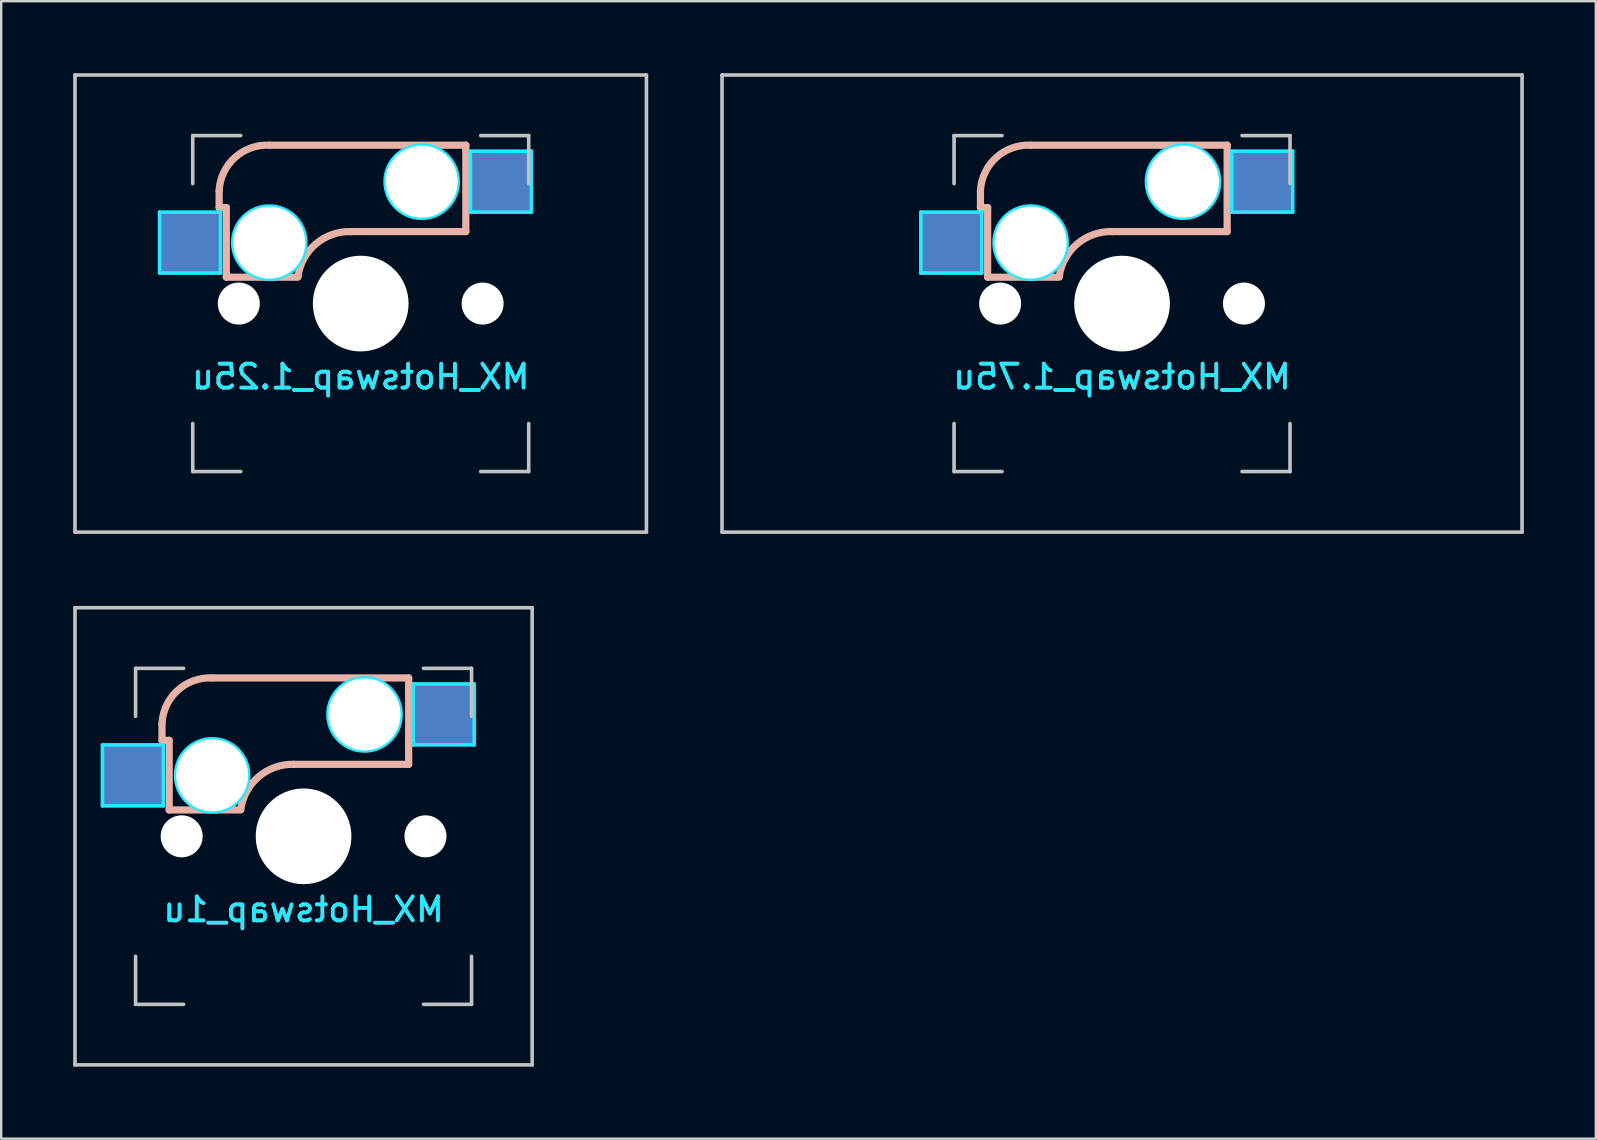
<source format=kicad_pcb>
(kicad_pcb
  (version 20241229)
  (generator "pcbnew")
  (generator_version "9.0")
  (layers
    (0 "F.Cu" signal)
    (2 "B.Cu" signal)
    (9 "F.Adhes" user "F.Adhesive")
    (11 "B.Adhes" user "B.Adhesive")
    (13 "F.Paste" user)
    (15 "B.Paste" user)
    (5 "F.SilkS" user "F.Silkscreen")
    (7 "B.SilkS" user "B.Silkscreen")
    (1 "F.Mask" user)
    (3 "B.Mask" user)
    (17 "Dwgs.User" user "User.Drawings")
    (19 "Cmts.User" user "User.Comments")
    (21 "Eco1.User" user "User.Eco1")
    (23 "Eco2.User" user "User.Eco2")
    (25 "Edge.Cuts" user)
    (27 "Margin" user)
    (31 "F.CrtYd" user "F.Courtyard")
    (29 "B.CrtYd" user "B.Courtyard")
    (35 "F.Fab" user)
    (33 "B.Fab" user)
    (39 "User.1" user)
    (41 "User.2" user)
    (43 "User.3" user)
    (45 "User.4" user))
  (footprint "MX_Hotswap_1.75u"
    (layer "F.Cu")
    (at 43.706 9.6)
    (property "Reference" "MX_Hotswap_1.75u" (at 0 3.048 0) (layer "B.CrtYd") (effects (font (size 1 1) (thickness 0.15)) (justify mirror)))
    (attr smd)
    (fp_line (start -5.9 -4.7) (end -5.9 -4) (stroke (width 0.3) (type solid)) (layer "B.SilkS"))
    (fp_line (start -5.9 -4) (end -5.6 -4) (stroke (width 0.3) (type solid)) (layer "B.SilkS"))
    (fp_line (start -5.6 -4) (end -5.6 -1.1) (stroke (width 0.3) (type solid)) (layer "B.SilkS"))
    (fp_line (start -5.6 -1.1) (end -2.62 -1.1) (stroke (width 0.3) (type solid)) (layer "B.SilkS"))
    (fp_line (start -0.4 -3) (end 4.38 -3) (stroke (width 0.3) (type solid)) (layer "B.SilkS"))
    (fp_line (start 4.38 -6.6) (end -3.8 -6.6) (stroke (width 0.3) (type solid)) (layer "B.SilkS"))
    (fp_line (start 4.38 -3) (end 4.38 -6.6) (stroke (width 0.3) (type solid)) (layer "B.SilkS"))
    (fp_arc (start -5.9 -4.699999) (mid -5.243504 -6.084924) (end -3.800001 -6.6) (stroke (width 0.3) (type solid)) (layer "B.SilkS"))
    (fp_arc (start -2.616318 -1.121471) (mid -1.868709 -2.486118) (end -0.4 -3) (stroke (width 0.3) (type solid)) (layer "B.SilkS"))
    (fp_line (start -16.669 -9.525) (end 16.669 -9.525) (stroke (width 0.15) (type solid)) (layer "Dwgs.User"))
    (fp_line (start -16.669 9.525) (end -16.669 -9.525) (stroke (width 0.15) (type solid)) (layer "Dwgs.User"))
    (fp_line (start -7 -7) (end -7 -5) (stroke (width 0.15) (type solid)) (layer "Dwgs.User"))
    (fp_line (start -7 5) (end -7 7) (stroke (width 0.15) (type solid)) (layer "Dwgs.User"))
    (fp_line (start -7 7) (end -5 7) (stroke (width 0.15) (type solid)) (layer "Dwgs.User"))
    (fp_line (start -5 -7) (end -7 -7) (stroke (width 0.15) (type solid)) (layer "Dwgs.User"))
    (fp_line (start 5 -7) (end 7 -7) (stroke (width 0.15) (type solid)) (layer "Dwgs.User"))
    (fp_line (start 5 7) (end 7 7) (stroke (width 0.15) (type solid)) (layer "Dwgs.User"))
    (fp_line (start 7 -7) (end 7 -5) (stroke (width 0.15) (type solid)) (layer "Dwgs.User"))
    (fp_line (start 7 7) (end 7 5) (stroke (width 0.15) (type solid)) (layer "Dwgs.User"))
    (fp_line (start 16.669 -9.525) (end 16.669 9.525) (stroke (width 0.15) (type solid)) (layer "Dwgs.User"))
    (fp_line (start 16.669 9.525) (end -16.669 9.525) (stroke (width 0.15) (type solid)) (layer "Dwgs.User"))
    (fp_line (start -8.382 -3.81) (end -5.842 -3.81) (stroke (width 0.15) (type solid)) (layer "B.CrtYd"))
    (fp_line (start -8.382 -1.27) (end -8.382 -3.81) (stroke (width 0.15) (type solid)) (layer "B.CrtYd"))
    (fp_line (start -5.842 -3.81) (end -5.842 -1.27) (stroke (width 0.15) (type solid)) (layer "B.CrtYd"))
    (fp_line (start -5.842 -1.27) (end -8.382 -1.27) (stroke (width 0.15) (type solid)) (layer "B.CrtYd"))
    (fp_line (start 4.572 -6.35) (end 7.112 -6.35) (stroke (width 0.15) (type solid)) (layer "B.CrtYd"))
    (fp_line (start 4.572 -3.81) (end 4.572 -6.35) (stroke (width 0.15) (type solid)) (layer "B.CrtYd"))
    (fp_line (start 7.112 -6.35) (end 7.112 -3.81) (stroke (width 0.15) (type solid)) (layer "B.CrtYd"))
    (fp_line (start 7.112 -3.81) (end 4.572 -3.81) (stroke (width 0.15) (type solid)) (layer "B.CrtYd"))
    (fp_circle (center -3.81 -2.54) (end -3.81 -4.064) (stroke (width 0.15) (type solid)) (fill no) (layer "B.CrtYd"))
    (fp_circle (center 2.54 -5.08) (end 2.54 -6.604) (stroke (width 0.15) (type solid)) (fill no) (layer "B.CrtYd"))
    (fp_text user "${REFERENCE}" (at 0 3.048 0) (layer "B.SilkS") (effects (font (size 1 1) (thickness 0.15)) (justify mirror)))
    (pad "" np_thru_hole circle (at -5.08 0 48.1) (size 1.75 1.75) (drill 1.75) (layers "*.Cu" "*.Mask"))
    (pad "" np_thru_hole circle (at -3.81 -2.54) (size 3 3) (drill 3) (layers "*.Cu" "*.Mask"))
    (pad "" np_thru_hole circle (at 0 0) (size 3.988 3.988) (drill 3.988) (layers "*.Cu" "*.Mask"))
    (pad "" np_thru_hole circle (at 2.54 -5.08) (size 3 3) (drill 3) (layers "*.Cu" "*.Mask"))
    (pad "" np_thru_hole circle (at 5.08 0 48.1) (size 1.75 1.75) (drill 1.75) (layers "*.Cu" "*.Mask"))
    (pad "1" smd rect (at -7.085 -2.54) (size 2.55 2.5) (layers "B.Cu" "B.Mask" "B.Paste"))
    (pad "2" smd rect (at 5.842 -5.08) (size 2.55 2.5) (layers "B.Cu" "B.Mask" "B.Paste")))
  (footprint "MX_Hotswap_1u"
    (layer "F.Cu")
    (at 9.6 31.8)
    (property "Reference" "MX_Hotswap_1u" (at 0 3.048 0) (layer "B.CrtYd") (effects (font (size 1 1) (thickness 0.15)) (justify mirror)))
    (attr smd)
    (fp_line (start -5.9 -4.7) (end -5.9 -4) (stroke (width 0.3) (type solid)) (layer "B.SilkS"))
    (fp_line (start -5.9 -4) (end -5.6 -4) (stroke (width 0.3) (type solid)) (layer "B.SilkS"))
    (fp_line (start -5.6 -4) (end -5.6 -1.1) (stroke (width 0.3) (type solid)) (layer "B.SilkS"))
    (fp_line (start -5.6 -1.1) (end -2.62 -1.1) (stroke (width 0.3) (type solid)) (layer "B.SilkS"))
    (fp_line (start -0.4 -3) (end 4.38 -3) (stroke (width 0.3) (type solid)) (layer "B.SilkS"))
    (fp_line (start 4.38 -6.6) (end -3.8 -6.6) (stroke (width 0.3) (type solid)) (layer "B.SilkS"))
    (fp_line (start 4.38 -3) (end 4.38 -6.6) (stroke (width 0.3) (type solid)) (layer "B.SilkS"))
    (fp_arc (start -5.9 -4.699999) (mid -5.243504 -6.084924) (end -3.800001 -6.6) (stroke (width 0.3) (type solid)) (layer "B.SilkS"))
    (fp_arc (start -2.616318 -1.121471) (mid -1.868709 -2.486118) (end -0.4 -3) (stroke (width 0.3) (type solid)) (layer "B.SilkS"))
    (fp_line (start -9.525 -9.525) (end 9.525 -9.525) (stroke (width 0.15) (type solid)) (layer "Dwgs.User"))
    (fp_line (start -9.525 9.525) (end -9.525 -9.525) (stroke (width 0.15) (type solid)) (layer "Dwgs.User"))
    (fp_line (start -7 -7) (end -7 -5) (stroke (width 0.15) (type solid)) (layer "Dwgs.User"))
    (fp_line (start -7 5) (end -7 7) (stroke (width 0.15) (type solid)) (layer "Dwgs.User"))
    (fp_line (start -7 7) (end -5 7) (stroke (width 0.15) (type solid)) (layer "Dwgs.User"))
    (fp_line (start -5 -7) (end -7 -7) (stroke (width 0.15) (type solid)) (layer "Dwgs.User"))
    (fp_line (start 5 -7) (end 7 -7) (stroke (width 0.15) (type solid)) (layer "Dwgs.User"))
    (fp_line (start 5 7) (end 7 7) (stroke (width 0.15) (type solid)) (layer "Dwgs.User"))
    (fp_line (start 7 -7) (end 7 -5) (stroke (width 0.15) (type solid)) (layer "Dwgs.User"))
    (fp_line (start 7 7) (end 7 5) (stroke (width 0.15) (type solid)) (layer "Dwgs.User"))
    (fp_line (start 9.525 -9.525) (end 9.525 9.525) (stroke (width 0.15) (type solid)) (layer "Dwgs.User"))
    (fp_line (start 9.525 9.525) (end -9.525 9.525) (stroke (width 0.15) (type solid)) (layer "Dwgs.User"))
    (fp_line (start -8.382 -3.81) (end -8.382 -1.27) (stroke (width 0.15) (type solid)) (layer "B.CrtYd"))
    (fp_line (start -8.382 -1.27) (end -5.842 -1.27) (stroke (width 0.15) (type solid)) (layer "B.CrtYd"))
    (fp_line (start -5.842 -3.81) (end -8.382 -3.81) (stroke (width 0.15) (type solid)) (layer "B.CrtYd"))
    (fp_line (start -5.842 -1.27) (end -5.842 -3.81) (stroke (width 0.15) (type solid)) (layer "B.CrtYd"))
    (fp_line (start 4.572 -6.35) (end 7.112 -6.35) (stroke (width 0.15) (type solid)) (layer "B.CrtYd"))
    (fp_line (start 4.572 -3.81) (end 4.572 -6.35) (stroke (width 0.15) (type solid)) (layer "B.CrtYd"))
    (fp_line (start 7.112 -6.35) (end 7.112 -3.81) (stroke (width 0.15) (type solid)) (layer "B.CrtYd"))
    (fp_line (start 7.112 -3.81) (end 4.572 -3.81) (stroke (width 0.15) (type solid)) (layer "B.CrtYd"))
    (fp_circle (center -3.81 -2.54) (end -3.81 -4.064) (stroke (width 0.15) (type solid)) (fill no) (layer "B.CrtYd"))
    (fp_circle (center 2.54 -5.08) (end 2.54 -6.604) (stroke (width 0.15) (type solid)) (fill no) (layer "B.CrtYd"))
    (fp_text user "${REFERENCE}" (at 0 3.048 0) (layer "B.SilkS") (effects (font (size 1 1) (thickness 0.15)) (justify mirror)))
    (pad "" np_thru_hole circle (at -5.08 0 48.1) (size 1.75 1.75) (drill 1.75) (layers "*.Cu" "*.Mask"))
    (pad "" np_thru_hole circle (at -3.81 -2.54) (size 3 3) (drill 3) (layers "*.Cu" "*.Mask"))
    (pad "" np_thru_hole circle (at 0 0) (size 3.988 3.988) (drill 3.988) (layers "*.Cu" "*.Mask"))
    (pad "" np_thru_hole circle (at 2.54 -5.08) (size 3 3) (drill 3) (layers "*.Cu" "*.Mask"))
    (pad "" np_thru_hole circle (at 5.08 0 48.1) (size 1.75 1.75) (drill 1.75) (layers "*.Cu" "*.Mask"))
    (pad "1" smd rect (at -7.085 -2.54) (size 2.55 2.5) (layers "B.Cu" "B.Mask" "B.Paste"))
    (pad "2" smd rect (at 5.842 -5.08) (size 2.55 2.5) (layers "B.Cu" "B.Mask" "B.Paste")))
  (footprint "MX_Hotswap_1.25u"
    (layer "F.Cu")
    (at 11.981 9.6)
    (property "Reference" "MX_Hotswap_1.25u" (at 0 3.048 0) (layer "B.CrtYd") (effects (font (size 1 1) (thickness 0.15)) (justify mirror)))
    (attr smd)
    (fp_line (start -5.9 -4.7) (end -5.9 -4) (stroke (width 0.3) (type solid)) (layer "B.SilkS"))
    (fp_line (start -5.9 -4) (end -5.6 -4) (stroke (width 0.3) (type solid)) (layer "B.SilkS"))
    (fp_line (start -5.6 -4) (end -5.6 -1.1) (stroke (width 0.3) (type solid)) (layer "B.SilkS"))
    (fp_line (start -5.6 -1.1) (end -2.62 -1.1) (stroke (width 0.3) (type solid)) (layer "B.SilkS"))
    (fp_line (start -0.4 -3) (end 4.38 -3) (stroke (width 0.3) (type solid)) (layer "B.SilkS"))
    (fp_line (start 4.38 -6.6) (end -3.8 -6.6) (stroke (width 0.3) (type solid)) (layer "B.SilkS"))
    (fp_line (start 4.38 -3) (end 4.38 -6.6) (stroke (width 0.3) (type solid)) (layer "B.SilkS"))
    (fp_arc (start -5.9 -4.699999) (mid -5.243504 -6.084924) (end -3.800001 -6.6) (stroke (width 0.3) (type solid)) (layer "B.SilkS"))
    (fp_arc (start -2.616318 -1.121471) (mid -1.868709 -2.486118) (end -0.4 -3) (stroke (width 0.3) (type solid)) (layer "B.SilkS"))
    (fp_line (start -11.906 -9.525) (end 11.906 -9.525) (stroke (width 0.15) (type solid)) (layer "Dwgs.User"))
    (fp_line (start -11.906 9.525) (end -11.906 -9.525) (stroke (width 0.15) (type solid)) (layer "Dwgs.User"))
    (fp_line (start -7 -7) (end -7 -5) (stroke (width 0.15) (type solid)) (layer "Dwgs.User"))
    (fp_line (start -7 5) (end -7 7) (stroke (width 0.15) (type solid)) (layer "Dwgs.User"))
    (fp_line (start -7 7) (end -5 7) (stroke (width 0.15) (type solid)) (layer "Dwgs.User"))
    (fp_line (start -5 -7) (end -7 -7) (stroke (width 0.15) (type solid)) (layer "Dwgs.User"))
    (fp_line (start 5 -7) (end 7 -7) (stroke (width 0.15) (type solid)) (layer "Dwgs.User"))
    (fp_line (start 5 7) (end 7 7) (stroke (width 0.15) (type solid)) (layer "Dwgs.User"))
    (fp_line (start 7 -7) (end 7 -5) (stroke (width 0.15) (type solid)) (layer "Dwgs.User"))
    (fp_line (start 7 7) (end 7 5) (stroke (width 0.15) (type solid)) (layer "Dwgs.User"))
    (fp_line (start 11.906 -9.525) (end 11.906 9.525) (stroke (width 0.15) (type solid)) (layer "Dwgs.User"))
    (fp_line (start 11.906 9.525) (end -11.906 9.525) (stroke (width 0.15) (type solid)) (layer "Dwgs.User"))
    (fp_line (start -8.382 -3.81) (end -5.842 -3.81) (stroke (width 0.15) (type solid)) (layer "B.CrtYd"))
    (fp_line (start -8.382 -1.27) (end -8.382 -3.81) (stroke (width 0.15) (type solid)) (layer "B.CrtYd"))
    (fp_line (start -5.842 -3.81) (end -5.842 -1.27) (stroke (width 0.15) (type solid)) (layer "B.CrtYd"))
    (fp_line (start -5.842 -1.27) (end -8.382 -1.27) (stroke (width 0.15) (type solid)) (layer "B.CrtYd"))
    (fp_line (start 4.572 -6.35) (end 7.112 -6.35) (stroke (width 0.15) (type solid)) (layer "B.CrtYd"))
    (fp_line (start 4.572 -3.81) (end 4.572 -6.35) (stroke (width 0.15) (type solid)) (layer "B.CrtYd"))
    (fp_line (start 7.112 -6.35) (end 7.112 -3.81) (stroke (width 0.15) (type solid)) (layer "B.CrtYd"))
    (fp_line (start 7.112 -3.81) (end 4.572 -3.81) (stroke (width 0.15) (type solid)) (layer "B.CrtYd"))
    (fp_circle (center -3.81 -2.54) (end -3.81 -4.064) (stroke (width 0.15) (type solid)) (fill no) (layer "B.CrtYd"))
    (fp_circle (center 2.54 -5.08) (end 2.54 -6.604) (stroke (width 0.15) (type solid)) (fill no) (layer "B.CrtYd"))
    (fp_text user "${REFERENCE}" (at 0 3.048 0) (layer "B.SilkS") (effects (font (size 1 1) (thickness 0.15)) (justify mirror)))
    (pad "" np_thru_hole circle (at -5.08 0 48.1) (size 1.75 1.75) (drill 1.75) (layers "*.Cu" "*.Mask"))
    (pad "" np_thru_hole circle (at -3.81 -2.54) (size 3 3) (drill 3) (layers "*.Cu" "*.Mask"))
    (pad "" np_thru_hole circle (at 0 0) (size 3.988 3.988) (drill 3.988) (layers "*.Cu" "*.Mask"))
    (pad "" np_thru_hole circle (at 2.54 -5.08) (size 3 3) (drill 3) (layers "*.Cu" "*.Mask"))
    (pad "" np_thru_hole circle (at 5.08 0 48.1) (size 1.75 1.75) (drill 1.75) (layers "*.Cu" "*.Mask"))
    (pad "1" smd rect (at -7.085 -2.54) (size 2.55 2.5) (layers "B.Cu" "B.Mask" "B.Paste"))
    (pad "2" smd rect (at 5.842 -5.08) (size 2.55 2.5) (layers "B.Cu" "B.Mask" "B.Paste")))
  (gr_rect
    (start -3 -3)
    (end 63.45 44.4)
    (stroke (width 0.1) (type default))
    (fill no)
    (layer "Edge.Cuts")))
</source>
